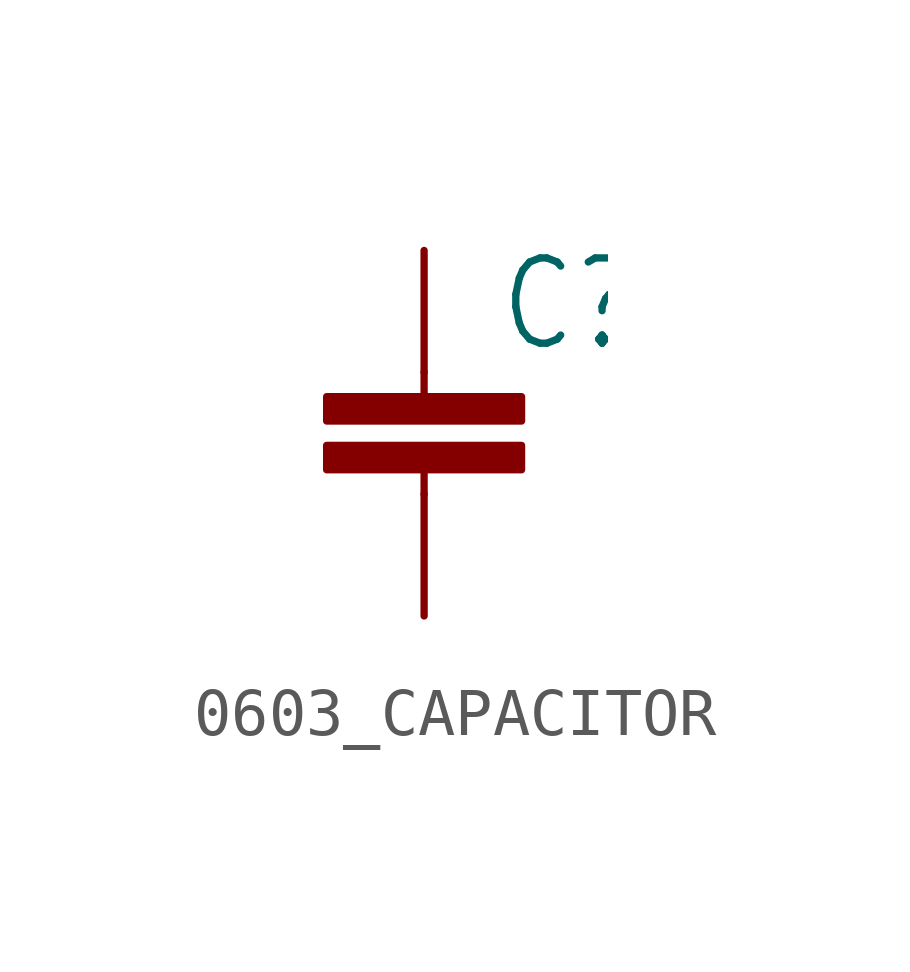
<source format=kicad_sym>
(kicad_symbol_lib
  (version 20231120)
  (generator "kicad_symbol_editor")
  (generator_version "8.0")
  (symbol "0603_CAPACITOR"
    (property "Reference" "C"
      (at 1.524 2.921 0)
      (effects (font (size 1.778 1.511)) (justify left bottom)))
    (property "Value" ""
      (at 1.524 -2.159 0)
      (effects (font (size 1.778 1.511)) (justify left bottom)))
    (property "ki_locked" ""
      (at 0 0 0)
      (effects (font (size 1.27 1.27))))
    (symbol "0603_CAPACITOR_1_0"
      (rectangle (start -2.032 0.508) (end 2.032 1.016) (stroke (width 0) (type default)) (fill (type outline)))
      (rectangle (start -2.032 1.524) (end 2.032 2.032) (stroke (width 0) (type default)) (fill (type outline)))
      (polyline (pts (xy 0 0) (xy 0 0.508)) (stroke (width 0.152) (type solid)) (fill (type none)))
      (polyline (pts (xy 0 2.54) (xy 0 2.032)) (stroke (width 0.152) (type solid)) (fill (type none)))
      (pin passive line (at 0 5.08 270) (length 2.54) (name "1" (effects (font (size 0 0)))) (number "1" (effects (font (size 0 0)))))
      (pin passive line (at 0 -2.54 90) (length 2.54) (name "2" (effects (font (size 0 0)))) (number "2" (effects (font (size 0 0))))))))
</source>
